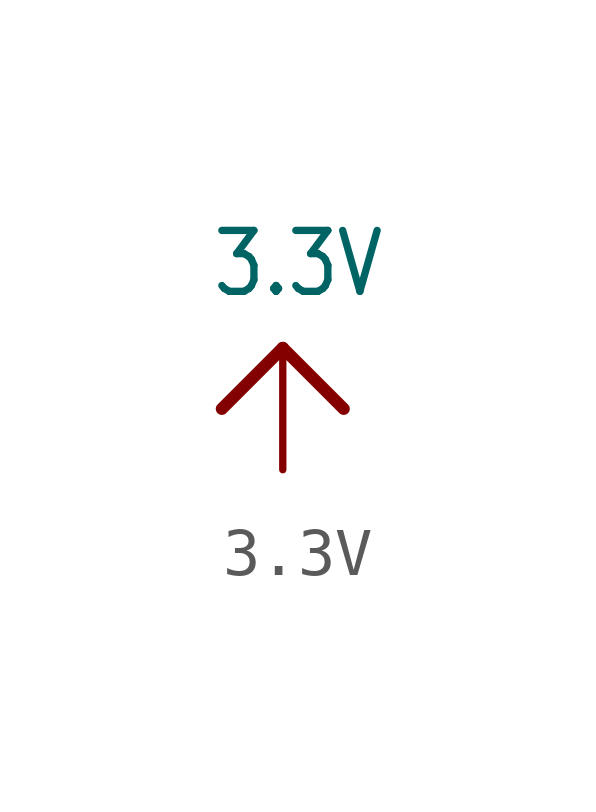
<source format=kicad_sym>
(kicad_symbol_lib
  (version 20211014)
  (generator kicad_symbol_editor)
  (symbol "3.3V"
    (power)
    (property "Reference" ""
      (at 0 0 0)
      (effects (font (size 1.27 1.27)) hide))
    (property "Value" "3.3V"
      (at -1.524 1.016 0)
      (effects (font (size 1.27 1.079)) (justify left bottom)))
    (property "ki_locked" ""
      (at 0 0 0)
      (effects (font (size 1.27 1.27))))
    (symbol "3.3V_1_0"
      (polyline (pts (xy -1.27 -1.27) (xy 0 0)) (stroke (width 0.254) (type default) (color 0 0 0 0)) (fill (type none)))
      (polyline (pts (xy 0 0) (xy 1.27 -1.27)) (stroke (width 0.254) (type default) (color 0 0 0 0)) (fill (type none)))
      (pin power_in line (at 0 -2.54 90) (length 2.54) (name "3.3V" (effects (font (size 0 0)))) (number "1" (effects (font (size 0 0))))))))
</source>
